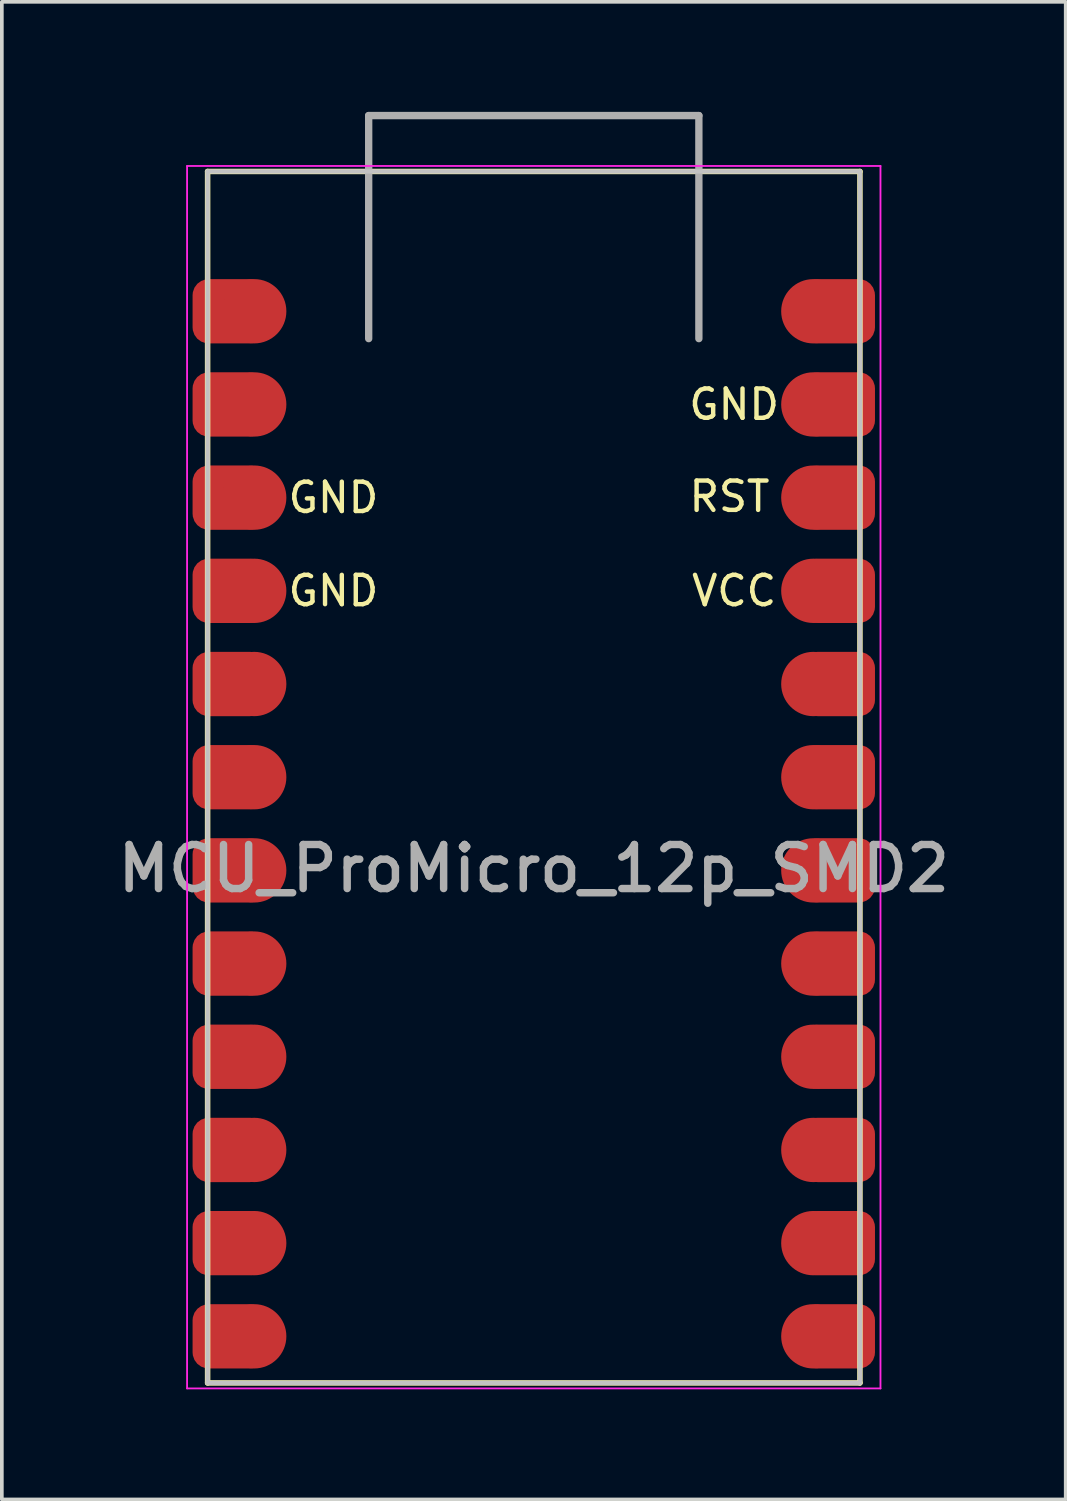
<source format=kicad_pcb>
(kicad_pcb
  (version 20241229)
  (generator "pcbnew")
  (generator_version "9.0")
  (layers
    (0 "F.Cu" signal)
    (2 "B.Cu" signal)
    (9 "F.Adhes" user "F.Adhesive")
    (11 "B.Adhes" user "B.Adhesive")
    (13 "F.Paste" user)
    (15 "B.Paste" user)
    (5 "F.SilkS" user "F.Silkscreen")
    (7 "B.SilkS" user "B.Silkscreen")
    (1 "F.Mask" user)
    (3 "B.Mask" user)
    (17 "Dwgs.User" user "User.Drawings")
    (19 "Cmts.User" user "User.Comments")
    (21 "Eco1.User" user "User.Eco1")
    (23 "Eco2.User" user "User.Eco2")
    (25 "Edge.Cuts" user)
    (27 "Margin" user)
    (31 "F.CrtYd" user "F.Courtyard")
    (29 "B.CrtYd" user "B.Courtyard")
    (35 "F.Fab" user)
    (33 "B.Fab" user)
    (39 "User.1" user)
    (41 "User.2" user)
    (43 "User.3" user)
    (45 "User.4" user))
  (footprint "MCU_ProMicro_12p_SMD2"
    (layer "F.Cu")
    (at 11.499 18.624)
    (property "Reference" "MCU_ProMicro_12p_SMD2" (at 0 2 180) (layer "F.Fab") (effects (font (size 1.2 1.2) (thickness 0.203))))
    (attr through_hole)
    (fp_line (start -8.89 -17) (end -8.89 16.02) (stroke (width 0.15) (type default)) (layer "F.SilkS"))
    (fp_line (start -8.89 -17) (end 8.89 -17) (stroke (width 0.15) (type default)) (layer "F.SilkS"))
    (fp_line (start 8.89 16.02) (end -8.89 16.02) (stroke (width 0.15) (type default)) (layer "F.SilkS"))
    (fp_line (start 8.89 16.02) (end 8.89 -17) (stroke (width 0.15) (type default)) (layer "F.SilkS"))
    (fp_line (start -8.89 -17) (end 8.89 -17) (stroke (width 0.12) (type default)) (layer "Dwgs.User"))
    (fp_line (start -8.89 16.02) (end -8.89 -17) (stroke (width 0.12) (type default)) (layer "Dwgs.User"))
    (fp_line (start 8.89 -17) (end 8.89 16.02) (stroke (width 0.12) (type default)) (layer "Dwgs.User"))
    (fp_line (start 8.89 16.02) (end -8.89 16.02) (stroke (width 0.12) (type default)) (layer "Dwgs.User"))
    (fp_line (start -9.45 -17.15) (end -9.45 16.17) (stroke (width 0.05) (type default)) (layer "F.CrtYd"))
    (fp_line (start -9.45 -17.15) (end 9.45 -17.15) (stroke (width 0.05) (type default)) (layer "F.CrtYd"))
    (fp_line (start 9.45 -17.15) (end 9.45 16.17) (stroke (width 0.05) (type default)) (layer "F.CrtYd"))
    (fp_line (start 9.45 16.17) (end -9.45 16.17) (stroke (width 0.05) (type default)) (layer "F.CrtYd"))
    (fp_line (start -4.5 -18.524) (end 4.5 -18.524) (stroke (width 0.2) (type solid)) (layer "F.Fab"))
    (fp_line (start -4.5 -12.444) (end -4.5 -18.524) (stroke (width 0.2) (type solid)) (layer "F.Fab"))
    (fp_line (start 4.5 -18.524) (end 4.5 -12.444) (stroke (width 0.2) (type solid)) (layer "F.Fab"))
    (fp_text user "VCC" (at 5.461 -5.57 0) (layer "F.SilkS") (effects (font (size 0.8 0.8) (thickness 0.12))))
    (fp_text user "GND" (at 5.461 -10.65 0) (layer "F.SilkS") (effects (font (size 0.8 0.8) (thickness 0.12))))
    (fp_text user "RST" (at 5.334 -8.14 0) (layer "F.SilkS") (effects (font (size 0.8 0.8) (thickness 0.12))))
    (fp_text user "GND" (at -5.461 -5.57 0) (layer "F.SilkS") (effects (font (size 0.8 0.8) (thickness 0.12))))
    (fp_text user "GND" (at -5.461 -8.11 0) (layer "F.SilkS") (effects (font (size 0.8 0.8) (thickness 0.12))))
    (pad "1" smd roundrect (at -8.3 -13.19) (size 2 1.753) (layers "F.Cu" "F.Mask") (roundrect_rratio 0.25) (chamfer_ratio 0.2) (chamfer))
    (pad "1" smd circle (at -7.62 -13.19 270) (size 1.753 1.753) (layers "F.Cu" "F.Mask"))
    (pad "2" smd roundrect (at -8.3 -10.65) (size 2 1.753) (layers "F.Cu" "F.Mask") (roundrect_rratio 0.25) (chamfer_ratio 0.2) (chamfer))
    (pad "2" smd circle (at -7.62 -10.65 270) (size 1.753 1.753) (layers "F.Cu" "F.Mask"))
    (pad "3" smd roundrect (at -8.3 -8.11) (size 2 1.753) (layers "F.Cu" "F.Mask") (roundrect_rratio 0.25) (chamfer_ratio 0.2) (chamfer))
    (pad "3" smd circle (at -7.62 -8.11 270) (size 1.753 1.753) (layers "F.Cu" "F.Mask"))
    (pad "4" smd roundrect (at -8.3 -5.57) (size 2 1.753) (layers "F.Cu" "F.Mask") (roundrect_rratio 0.25) (chamfer_ratio 0.2) (chamfer))
    (pad "4" smd circle (at -7.62 -5.57 270) (size 1.753 1.753) (layers "F.Cu" "F.Mask"))
    (pad "5" smd roundrect (at -8.3 -3.03) (size 2 1.753) (layers "F.Cu" "F.Mask") (roundrect_rratio 0.25) (chamfer_ratio 0.2) (chamfer))
    (pad "5" smd circle (at -7.62 -3.03 270) (size 1.753 1.753) (layers "F.Cu" "F.Mask"))
    (pad "6" smd roundrect (at -8.3 -0.49) (size 2 1.753) (layers "F.Cu" "F.Mask") (roundrect_rratio 0.25) (chamfer_ratio 0.2) (chamfer))
    (pad "6" smd circle (at -7.62 -0.49 270) (size 1.753 1.753) (layers "F.Cu" "F.Mask"))
    (pad "7" smd roundrect (at -8.3 2.05) (size 2 1.753) (layers "F.Cu" "F.Mask") (roundrect_rratio 0.25) (chamfer_ratio 0.2) (chamfer))
    (pad "7" smd circle (at -7.62 2.05 270) (size 1.753 1.753) (layers "F.Cu" "F.Mask"))
    (pad "8" smd roundrect (at -8.3 4.59) (size 2 1.753) (layers "F.Cu" "F.Mask") (roundrect_rratio 0.25) (chamfer_ratio 0.2) (chamfer))
    (pad "8" smd circle (at -7.62 4.59 270) (size 1.753 1.753) (layers "F.Cu" "F.Mask"))
    (pad "9" smd roundrect (at -8.3 7.13) (size 2 1.753) (layers "F.Cu" "F.Mask") (roundrect_rratio 0.25) (chamfer_ratio 0.2) (chamfer))
    (pad "9" smd circle (at -7.62 7.13 270) (size 1.753 1.753) (layers "F.Cu" "F.Mask"))
    (pad "10" smd roundrect (at -8.3 9.67) (size 2 1.753) (layers "F.Cu" "F.Mask") (roundrect_rratio 0.25) (chamfer_ratio 0.2) (chamfer))
    (pad "10" smd circle (at -7.62 9.67 270) (size 1.753 1.753) (layers "F.Cu" "F.Mask"))
    (pad "11" smd roundrect (at -8.3 12.21) (size 2 1.753) (layers "F.Cu" "F.Mask") (roundrect_rratio 0.25) (chamfer_ratio 0.2) (chamfer))
    (pad "11" smd circle (at -7.62 12.21 270) (size 1.753 1.753) (layers "F.Cu" "F.Mask"))
    (pad "12" smd roundrect (at -8.3 14.75) (size 2 1.753) (layers "F.Cu" "F.Mask") (roundrect_rratio 0.25) (chamfer_ratio 0.2) (chamfer))
    (pad "12" smd circle (at -7.62 14.75 270) (size 1.753 1.753) (layers "F.Cu" "F.Mask"))
    (pad "13" smd circle (at 7.62 14.75 90) (size 1.753 1.753) (layers "F.Cu" "F.Mask"))
    (pad "13" smd roundrect (at 8.3 14.75 180) (size 2 1.753) (layers "F.Cu" "F.Mask") (roundrect_rratio 0.25) (chamfer_ratio 0.2) (chamfer))
    (pad "14" smd circle (at 7.62 12.21 90) (size 1.753 1.753) (layers "F.Cu" "F.Mask"))
    (pad "14" smd roundrect (at 8.3 12.21 180) (size 2 1.753) (layers "F.Cu" "F.Mask") (roundrect_rratio 0.25) (chamfer_ratio 0.2) (chamfer))
    (pad "15" smd circle (at 7.62 9.67 90) (size 1.753 1.753) (layers "F.Cu" "F.Mask"))
    (pad "15" smd roundrect (at 8.3 9.67 180) (size 2 1.753) (layers "F.Cu" "F.Mask") (roundrect_rratio 0.25) (chamfer_ratio 0.2) (chamfer))
    (pad "16" smd circle (at 7.62 7.13 90) (size 1.753 1.753) (layers "F.Cu" "F.Mask"))
    (pad "16" smd roundrect (at 8.3 7.13 180) (size 2 1.753) (layers "F.Cu" "F.Mask") (roundrect_rratio 0.25) (chamfer_ratio 0.2) (chamfer))
    (pad "17" smd circle (at 7.62 4.59 90) (size 1.753 1.753) (layers "F.Cu" "F.Mask"))
    (pad "17" smd roundrect (at 8.3 4.59 180) (size 2 1.753) (layers "F.Cu" "F.Mask") (roundrect_rratio 0.25) (chamfer_ratio 0.2) (chamfer))
    (pad "18" smd circle (at 7.62 2.05 90) (size 1.753 1.753) (layers "F.Cu" "F.Mask"))
    (pad "18" smd roundrect (at 8.3 2.05 180) (size 2 1.753) (layers "F.Cu" "F.Mask") (roundrect_rratio 0.25) (chamfer_ratio 0.2) (chamfer))
    (pad "19" smd circle (at 7.62 -0.49 90) (size 1.753 1.753) (layers "F.Cu" "F.Mask"))
    (pad "19" smd roundrect (at 8.3 -0.49 180) (size 2 1.753) (layers "F.Cu" "F.Mask") (roundrect_rratio 0.25) (chamfer_ratio 0.2) (chamfer))
    (pad "20" smd circle (at 7.62 -3.03 90) (size 1.753 1.753) (layers "F.Cu" "F.Mask"))
    (pad "20" smd roundrect (at 8.3 -3.03 180) (size 2 1.753) (layers "F.Cu" "F.Mask") (roundrect_rratio 0.25) (chamfer_ratio 0.2) (chamfer))
    (pad "21" smd circle (at 7.62 -5.57 90) (size 1.753 1.753) (layers "F.Cu" "F.Mask"))
    (pad "21" smd roundrect (at 8.3 -5.57 180) (size 2 1.753) (layers "F.Cu" "F.Mask") (roundrect_rratio 0.25) (chamfer_ratio 0.2) (chamfer))
    (pad "22" smd circle (at 7.62 -8.11 90) (size 1.753 1.753) (layers "F.Cu" "F.Mask"))
    (pad "22" smd roundrect (at 8.3 -8.11 180) (size 2 1.753) (layers "F.Cu" "F.Mask") (roundrect_rratio 0.25) (chamfer_ratio 0.2) (chamfer))
    (pad "23" smd circle (at 7.62 -10.65 90) (size 1.753 1.753) (layers "F.Cu" "F.Mask"))
    (pad "23" smd roundrect (at 8.3 -10.65 180) (size 2 1.753) (layers "F.Cu" "F.Mask") (roundrect_rratio 0.25) (chamfer_ratio 0.2) (chamfer))
    (pad "24" smd circle (at 7.62 -13.19 90) (size 1.753 1.753) (layers "F.Cu" "F.Mask"))
    (pad "24" smd roundrect (at 8.3 -13.19 180) (size 2 1.753) (layers "F.Cu" "F.Mask") (roundrect_rratio 0.25) (chamfer_ratio 0.2) (chamfer)))
  (gr_rect
    (start -3 -3)
    (end 25.998 37.819)
    (stroke (width 0.1) (type default))
    (fill no)
    (layer "Edge.Cuts")))
</source>
